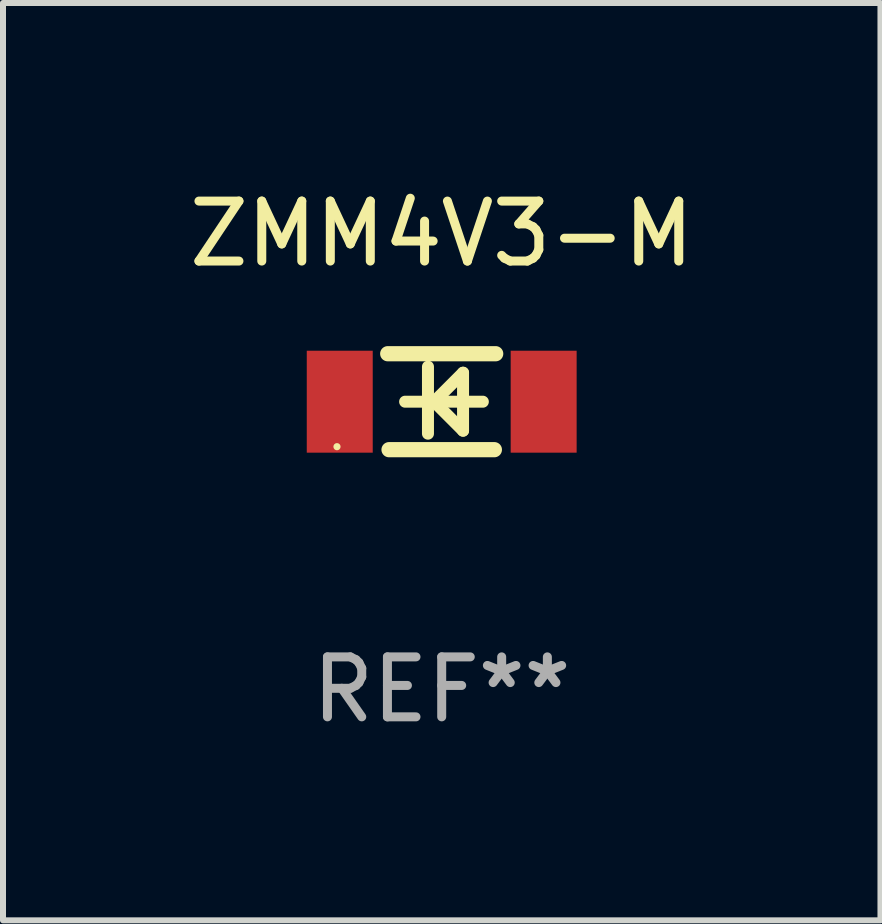
<source format=kicad_pcb>
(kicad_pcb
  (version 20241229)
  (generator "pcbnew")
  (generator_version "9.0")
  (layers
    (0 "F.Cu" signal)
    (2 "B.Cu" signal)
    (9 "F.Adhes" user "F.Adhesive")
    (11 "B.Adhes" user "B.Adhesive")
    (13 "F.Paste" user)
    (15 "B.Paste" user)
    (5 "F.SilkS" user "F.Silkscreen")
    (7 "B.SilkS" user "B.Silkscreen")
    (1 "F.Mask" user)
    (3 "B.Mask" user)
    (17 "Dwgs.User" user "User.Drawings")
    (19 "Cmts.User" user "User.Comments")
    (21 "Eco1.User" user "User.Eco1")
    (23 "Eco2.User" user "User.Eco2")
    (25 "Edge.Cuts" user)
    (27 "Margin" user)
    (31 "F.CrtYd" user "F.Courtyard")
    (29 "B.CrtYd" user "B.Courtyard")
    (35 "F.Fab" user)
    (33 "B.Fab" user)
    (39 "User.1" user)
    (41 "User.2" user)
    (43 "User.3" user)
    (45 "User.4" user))
  (footprint "ZMM4V3-M"
    (layer "F.Cu")
    (at 4.315 3.648)
    (property "Reference" "ZMM4V3-M" (at 0 -2.8 0) (layer "F.SilkS") (effects (font (size 1 1) (thickness 0.15))))
    (attr through_hole)
    (fp_line (start -0.9 -0.8) (end 0.9 -0.8) (stroke (width 0.254) (type solid)) (layer "F.SilkS"))
    (fp_line (start -0.878 0.8) (end 0.878 0.8) (stroke (width 0.254) (type solid)) (layer "F.SilkS"))
    (fp_line (start -0.61 0) (end 0.686 0) (stroke (width 0.2) (type solid)) (layer "F.SilkS"))
    (fp_line (start -0.229 -0.584) (end -0.229 0.533) (stroke (width 0.2) (type solid)) (layer "F.SilkS"))
    (fp_line (start -0.127 0) (end 0.356 -0.483) (stroke (width 0.2) (type solid)) (layer "F.SilkS"))
    (fp_line (start 0.356 -0.483) (end 0.356 0.483) (stroke (width 0.2) (type solid)) (layer "F.SilkS"))
    (fp_line (start 0.356 0.483) (end -0.102 0.025) (stroke (width 0.2) (type solid)) (layer "F.SilkS"))
    (fp_circle (center -1.746 0.75) (end -1.716 0.75) (stroke (width 0.06) (type solid)) (fill no) (layer "F.SilkS"))
    (fp_text user "REF**" (at 0 4.8 0) (layer "F.Fab") (effects (font (size 1 1) (thickness 0.15))))
    (pad "1" smd rect (at -1.7 0 180) (size 1.1 1.7) (layers "F.Cu" "F.Mask" "F.Paste"))
    (pad "2" smd rect (at 1.7 0 180) (size 1.1 1.7) (layers "F.Cu" "F.Mask" "F.Paste")))
  (gr_rect
    (start -3 -3)
    (end 11.631 12.296)
    (stroke (width 0.1) (type default))
    (fill no)
    (layer "Edge.Cuts")))
</source>
